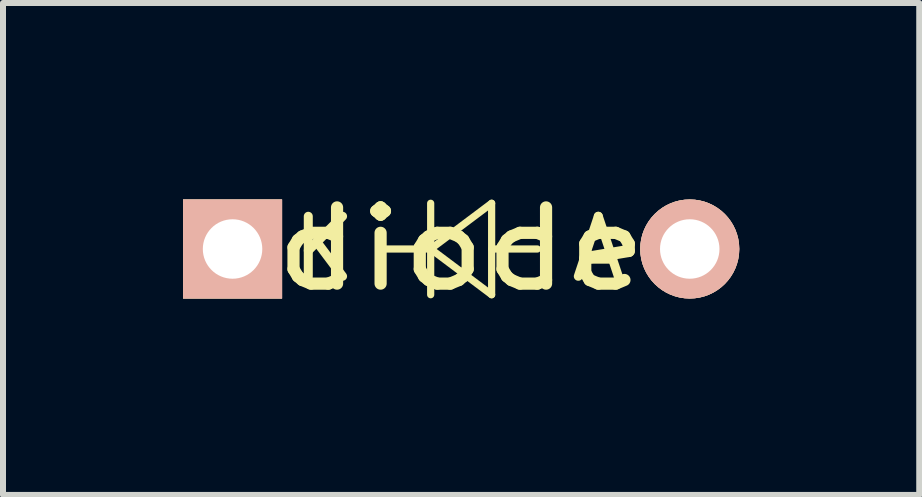
<source format=kicad_pcb>
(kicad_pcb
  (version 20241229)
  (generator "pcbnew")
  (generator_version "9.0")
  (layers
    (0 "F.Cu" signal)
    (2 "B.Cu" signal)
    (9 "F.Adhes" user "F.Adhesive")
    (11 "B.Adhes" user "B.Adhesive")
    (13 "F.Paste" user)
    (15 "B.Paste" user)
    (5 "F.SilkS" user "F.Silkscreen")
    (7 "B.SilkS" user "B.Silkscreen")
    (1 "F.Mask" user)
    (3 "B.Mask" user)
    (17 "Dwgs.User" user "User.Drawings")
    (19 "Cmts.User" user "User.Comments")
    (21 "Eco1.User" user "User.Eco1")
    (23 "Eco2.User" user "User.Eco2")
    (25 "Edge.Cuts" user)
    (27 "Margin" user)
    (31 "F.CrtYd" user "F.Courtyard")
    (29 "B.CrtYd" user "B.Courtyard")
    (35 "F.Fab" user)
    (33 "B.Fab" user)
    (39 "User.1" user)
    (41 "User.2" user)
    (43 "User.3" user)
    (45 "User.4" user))
  (footprint "diode"
    (layer "F.Cu")
    (at 4.636 1.1)
    (property "Reference" "diode" (at 0 0 0) (layer "F.SilkS") (effects (font (size 1.27 1.524) (thickness 0.203))))
    (attr through_hole)
    (fp_line (start -0.508 -0.762) (end -0.508 0.762) (stroke (width 0.12) (type solid)) (layer "F.SilkS"))
    (fp_line (start -0.508 0) (end -1.27 0) (stroke (width 0.12) (type solid)) (layer "F.SilkS"))
    (fp_line (start -0.508 0) (end 0.508 -0.762) (stroke (width 0.12) (type solid)) (layer "F.SilkS"))
    (fp_line (start 0.508 -0.762) (end 0.508 0.762) (stroke (width 0.12) (type solid)) (layer "F.SilkS"))
    (fp_line (start 0.508 0) (end 1.27 0) (stroke (width 0.12) (type solid)) (layer "F.SilkS"))
    (fp_line (start 0.508 0.762) (end -0.508 0) (stroke (width 0.12) (type solid)) (layer "F.SilkS"))
    (fp_text user "K" (at -2.286 0 0) (layer "F.SilkS") (effects (font (size 1 1) (thickness 0.15))))
    (fp_text user "A" (at 2.286 0 0) (layer "F.SilkS") (effects (font (size 1 1) (thickness 0.15))))
    (pad "1" thru_hole rect (at -3.81 0) (size 1.651 1.651) (drill 0.991) (layers "*.Cu" "*.SilkS" "*.Mask"))
    (pad "2" thru_hole circle (at 3.81 0) (size 1.651 1.651) (drill 0.991) (layers "*.Cu" "*.SilkS" "*.Mask")))
  (gr_rect
    (start -3 -3)
    (end 12.271 5.199)
    (stroke (width 0.1) (type default))
    (fill no)
    (layer "Edge.Cuts")))
</source>
